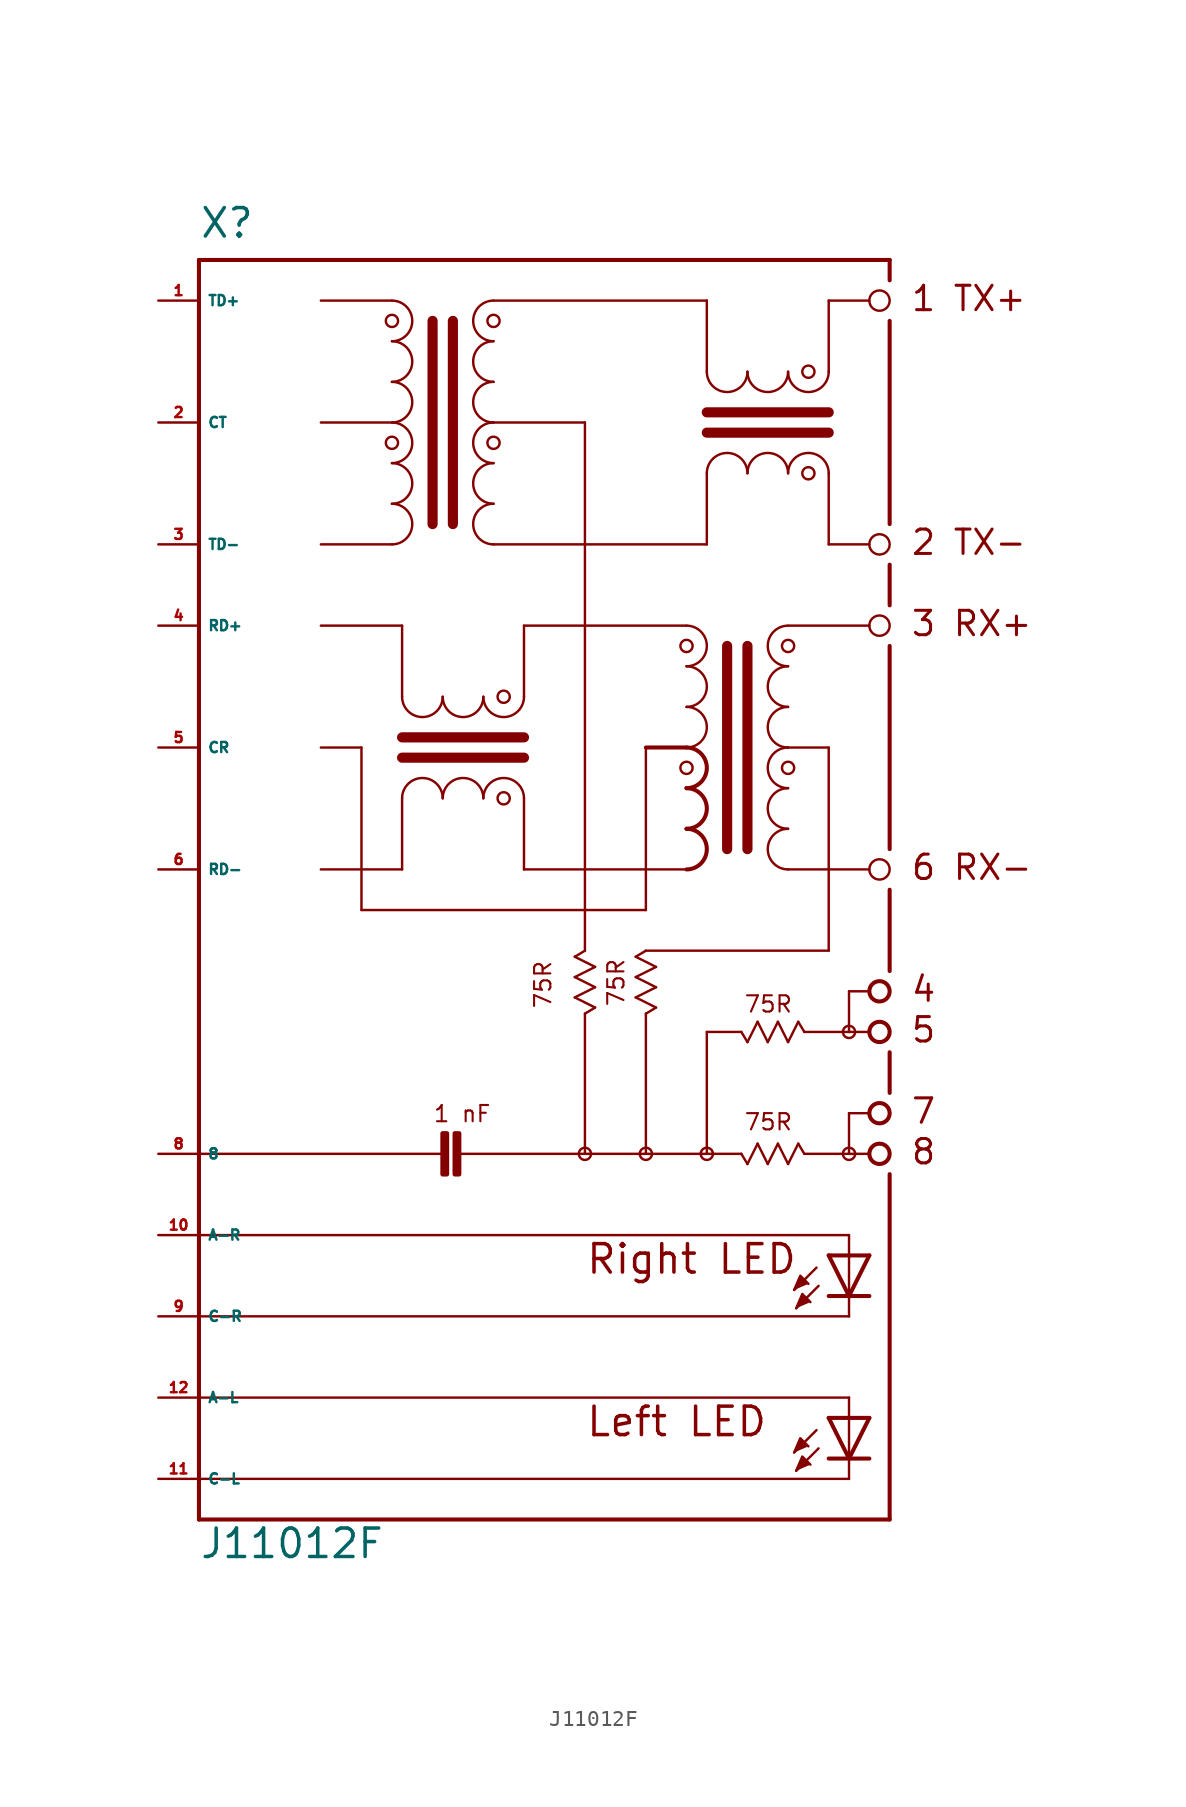
<source format=kicad_sym>
(kicad_symbol_lib
  (version 20220914)
  (generator Eagle2Kicad)
  (symbol "J11012F"
    (property "Reference" "X"
      (at -20.32 21.59 0)
      (effects (font (size 1.778 1.778) (thickness 0.22)) (justify left bottom)))
    (property "Value" "J11012F"
      (at -20.32 -60.96 0)
      (effects (font (size 1.778 1.778) (thickness 0.22)) (justify left bottom)))
    (polyline
      (pts (xy 16.891 -44.069) (xy 17.272 -43.18) (xy 17.78 -43.688))
      (stroke (width 0.152) (type default))
      (fill (type outline)))
    (polyline
      (pts (xy 17.018 -45.212) (xy 17.399 -44.323) (xy 17.907 -44.831))
      (stroke (width 0.152) (type default))
      (fill (type outline)))
    (polyline
      (pts (xy 16.891 -54.229) (xy 17.272 -53.34) (xy 17.78 -53.848))
      (stroke (width 0.152) (type default))
      (fill (type outline)))
    (polyline
      (pts (xy 17.018 -55.372) (xy 17.399 -54.483) (xy 17.907 -54.991))
      (stroke (width 0.152) (type default))
      (fill (type outline)))
    (polyline
      (pts (xy -12.7 2.54) (xy -8.255 2.54))
      (stroke (width 0.152) (type default))
      (fill (type none)))
    (polyline
      (pts (xy -12.7 10.16) (xy -8.255 10.16))
      (stroke (width 0.152) (type default))
      (fill (type none)))
    (polyline
      (pts (xy -12.7 17.78) (xy -8.255 17.78))
      (stroke (width 0.152) (type default))
      (fill (type none)))
    (arc
      (start -8.255 10.16)
      (mid -6.985 11.430)
      (end -8.255 12.7)
      (stroke (width 0.1524) (type default))
      (fill (type none)))
    (arc
      (start -8.255 12.7)
      (mid -6.985 13.970)
      (end -8.255 15.24)
      (stroke (width 0.1524) (type default))
      (fill (type none)))
    (arc
      (start -8.255 15.24)
      (mid -6.985 16.510)
      (end -8.255 17.78)
      (stroke (width 0.1524) (type default))
      (fill (type none)))
    (arc
      (start -8.255 7.62)
      (mid -6.985 8.890)
      (end -8.255 10.16)
      (stroke (width 0.1524) (type default))
      (fill (type none)))
    (arc
      (start -8.255 5.08)
      (mid -6.985 6.350)
      (end -8.255 7.62)
      (stroke (width 0.1524) (type default))
      (fill (type none)))
    (arc
      (start -8.255 2.54)
      (mid -6.985 3.810)
      (end -8.255 5.08)
      (stroke (width 0.1524) (type default))
      (fill (type none)))
    (polyline
      (pts (xy -5.715 16.51) (xy -5.715 3.81))
      (stroke (width 0.635) (type default))
      (fill (type none)))
    (polyline
      (pts (xy -4.445 16.51) (xy -4.445 3.81))
      (stroke (width 0.635) (type default))
      (fill (type none)))
    (arc
      (start -1.905 12.7)
      (mid -3.175 11.430)
      (end -1.905 10.16)
      (stroke (width 0.1524) (type default))
      (fill (type none)))
    (arc
      (start -1.905 15.24)
      (mid -3.175 13.970)
      (end -1.905 12.7)
      (stroke (width 0.1524) (type default))
      (fill (type none)))
    (arc
      (start -1.905 17.78)
      (mid -3.175 16.510)
      (end -1.905 15.24)
      (stroke (width 0.1524) (type default))
      (fill (type none)))
    (arc
      (start -1.905 10.16)
      (mid -3.175 8.890)
      (end -1.905 7.62)
      (stroke (width 0.1524) (type default))
      (fill (type none)))
    (arc
      (start -1.905 7.62)
      (mid -3.175 6.350)
      (end -1.905 5.08)
      (stroke (width 0.1524) (type default))
      (fill (type none)))
    (arc
      (start -1.905 5.08)
      (mid -3.175 3.810)
      (end -1.905 2.54)
      (stroke (width 0.1524) (type default))
      (fill (type none)))
    (arc
      (start 19.05 6.985)
      (mid 17.780 8.255)
      (end 16.51 6.985)
      (stroke (width 0.1524) (type default))
      (fill (type none)))
    (arc
      (start 16.51 6.985)
      (mid 15.240 8.255)
      (end 13.97 6.985)
      (stroke (width 0.1524) (type default))
      (fill (type none)))
    (arc
      (start 13.97 6.985)
      (mid 12.700 8.255)
      (end 11.43 6.985)
      (stroke (width 0.1524) (type default))
      (fill (type none)))
    (arc
      (start 16.51 13.335)
      (mid 17.780 12.065)
      (end 19.05 13.335)
      (stroke (width 0.1524) (type default))
      (fill (type none)))
    (arc
      (start 13.97 13.335)
      (mid 15.240 12.065)
      (end 16.51 13.335)
      (stroke (width 0.1524) (type default))
      (fill (type none)))
    (arc
      (start 11.43 13.335)
      (mid 12.700 12.065)
      (end 13.97 13.335)
      (stroke (width 0.1524) (type default))
      (fill (type none)))
    (polyline
      (pts (xy -1.905 17.78) (xy 11.43 17.78))
      (stroke (width 0.152) (type default))
      (fill (type none)))
    (polyline
      (pts (xy 11.43 17.78) (xy 11.43 13.335))
      (stroke (width 0.152) (type default))
      (fill (type none)))
    (polyline
      (pts (xy 11.43 2.54) (xy -1.905 2.54))
      (stroke (width 0.152) (type default))
      (fill (type none)))
    (polyline
      (pts (xy 11.43 2.54) (xy 11.43 6.985))
      (stroke (width 0.152) (type default))
      (fill (type none)))
    (polyline
      (pts (xy 19.05 13.335) (xy 19.05 17.78))
      (stroke (width 0.152) (type default))
      (fill (type none)))
    (polyline
      (pts (xy 19.05 17.78) (xy 21.59 17.78))
      (stroke (width 0.152) (type default))
      (fill (type none)))
    (polyline
      (pts (xy 19.05 6.985) (xy 19.05 2.54))
      (stroke (width 0.152) (type default))
      (fill (type none)))
    (polyline
      (pts (xy 19.05 2.54) (xy 21.59 2.54))
      (stroke (width 0.152) (type default))
      (fill (type none)))
    (polyline
      (pts (xy 11.43 9.525) (xy 19.05 9.525))
      (stroke (width 0.635) (type default))
      (fill (type none)))
    (polyline
      (pts (xy 11.43 10.795) (xy 19.05 10.795))
      (stroke (width 0.635) (type default))
      (fill (type none)))
    (polyline
      (pts (xy 21.59 -17.78) (xy 16.51 -17.78))
      (stroke (width 0.152) (type default))
      (fill (type none)))
    (polyline
      (pts (xy 19.05 -10.16) (xy 16.51 -10.16))
      (stroke (width 0.152) (type default))
      (fill (type none)))
    (polyline
      (pts (xy 21.59 -2.54) (xy 16.51 -2.54))
      (stroke (width 0.152) (type default))
      (fill (type none)))
    (arc
      (start 16.51 -7.62)
      (mid 15.240 -8.890)
      (end 16.51 -10.16)
      (stroke (width 0.1524) (type default))
      (fill (type none)))
    (arc
      (start 16.51 -5.08)
      (mid 15.240 -6.350)
      (end 16.51 -7.62)
      (stroke (width 0.1524) (type default))
      (fill (type none)))
    (arc
      (start 16.51 -2.54)
      (mid 15.240 -3.810)
      (end 16.51 -5.08)
      (stroke (width 0.1524) (type default))
      (fill (type none)))
    (arc
      (start 16.51 -10.16)
      (mid 15.240 -11.430)
      (end 16.51 -12.7)
      (stroke (width 0.1524) (type default))
      (fill (type none)))
    (arc
      (start 16.51 -12.7)
      (mid 15.240 -13.970)
      (end 16.51 -15.24)
      (stroke (width 0.1524) (type default))
      (fill (type none)))
    (arc
      (start 16.51 -15.24)
      (mid 15.240 -16.510)
      (end 16.51 -17.78)
      (stroke (width 0.1524) (type default))
      (fill (type none)))
    (polyline
      (pts (xy 13.97 -3.81) (xy 13.97 -16.51))
      (stroke (width 0.635) (type default))
      (fill (type none)))
    (polyline
      (pts (xy 12.7 -3.81) (xy 12.7 -16.51))
      (stroke (width 0.635) (type default))
      (fill (type none)))
    (arc
      (start 10.16 -10.16)
      (mid 11.430 -8.890)
      (end 10.16 -7.62)
      (stroke (width 0.1524) (type default))
      (fill (type none)))
    (arc
      (start 10.16 -7.62)
      (mid 11.430 -6.350)
      (end 10.16 -5.08)
      (stroke (width 0.1524) (type default))
      (fill (type none)))
    (arc
      (start 10.16 -5.08)
      (mid 11.430 -3.810)
      (end 10.16 -2.54)
      (stroke (width 0.1524) (type default))
      (fill (type none)))
    (arc
      (start 10.16 -12.7)
      (mid 11.430 -11.430)
      (end 10.16 -10.16)
      (stroke (width 0.254) (type default))
      (fill (type none)))
    (arc
      (start 10.16 -15.24)
      (mid 11.430 -13.970)
      (end 10.16 -12.7)
      (stroke (width 0.254) (type default))
      (fill (type none)))
    (arc
      (start 10.16 -17.78)
      (mid 11.430 -16.510)
      (end 10.16 -15.24)
      (stroke (width 0.254) (type default))
      (fill (type none)))
    (arc
      (start -5.08 -13.335)
      (mid -6.350 -12.065)
      (end -7.62 -13.335)
      (stroke (width 0.1524) (type default))
      (fill (type none)))
    (arc
      (start -2.54 -13.335)
      (mid -3.810 -12.065)
      (end -5.08 -13.335)
      (stroke (width 0.1524) (type default))
      (fill (type none)))
    (arc
      (start 0 -13.335)
      (mid -1.270 -12.065)
      (end -2.54 -13.335)
      (stroke (width 0.1524) (type default))
      (fill (type none)))
    (arc
      (start -7.62 -6.985)
      (mid -6.350 -8.255)
      (end -5.08 -6.985)
      (stroke (width 0.1524) (type default))
      (fill (type none)))
    (arc
      (start -5.08 -6.985)
      (mid -3.810 -8.255)
      (end -2.54 -6.985)
      (stroke (width 0.1524) (type default))
      (fill (type none)))
    (arc
      (start -2.54 -6.985)
      (mid -1.270 -8.255)
      (end 0 -6.985)
      (stroke (width 0.1524) (type default))
      (fill (type none)))
    (polyline
      (pts (xy 10.16 -2.54) (xy 0 -2.54))
      (stroke (width 0.152) (type default))
      (fill (type none)))
    (polyline
      (pts (xy 0 -2.54) (xy 0 -6.985))
      (stroke (width 0.152) (type default))
      (fill (type none)))
    (polyline
      (pts (xy 0 -17.78) (xy 10.16 -17.78))
      (stroke (width 0.152) (type default))
      (fill (type none)))
    (polyline
      (pts (xy 0 -17.78) (xy 0 -13.335))
      (stroke (width 0.152) (type default))
      (fill (type none)))
    (polyline
      (pts (xy -7.62 -6.985) (xy -7.62 -2.54))
      (stroke (width 0.152) (type default))
      (fill (type none)))
    (polyline
      (pts (xy -7.62 -2.54) (xy -12.7 -2.54))
      (stroke (width 0.152) (type default))
      (fill (type none)))
    (polyline
      (pts (xy -7.62 -13.335) (xy -7.62 -17.78))
      (stroke (width 0.152) (type default))
      (fill (type none)))
    (polyline
      (pts (xy -7.62 -17.78) (xy -12.7 -17.78))
      (stroke (width 0.152) (type default))
      (fill (type none)))
    (polyline
      (pts (xy 0 -10.795) (xy -7.62 -10.795))
      (stroke (width 0.635) (type default))
      (fill (type none)))
    (polyline
      (pts (xy 0 -9.525) (xy -7.62 -9.525))
      (stroke (width 0.635) (type default))
      (fill (type none)))
    (polyline
      (pts (xy 21.59 -25.4) (xy 20.32 -25.4))
      (stroke (width 0.152) (type default))
      (fill (type none)))
    (polyline
      (pts (xy 20.32 -25.4) (xy 20.32 -27.94))
      (stroke (width 0.152) (type default))
      (fill (type none)))
    (polyline
      (pts (xy 20.32 -27.94) (xy 21.59 -27.94))
      (stroke (width 0.152) (type default))
      (fill (type none)))
    (polyline
      (pts (xy 21.59 -33.02) (xy 20.32 -33.02))
      (stroke (width 0.152) (type default))
      (fill (type none)))
    (polyline
      (pts (xy 20.32 -33.02) (xy 20.32 -35.56))
      (stroke (width 0.152) (type default))
      (fill (type none)))
    (polyline
      (pts (xy 20.32 -35.56) (xy 21.59 -35.56))
      (stroke (width 0.152) (type default))
      (fill (type none)))
    (polyline
      (pts (xy 20.32 -27.94) (xy 17.526 -27.94))
      (stroke (width 0.152) (type default))
      (fill (type none)))
    (polyline
      (pts (xy 17.526 -35.56) (xy 20.32 -35.56))
      (stroke (width 0.152) (type default))
      (fill (type none)))
    (polyline
      (pts (xy -20.32 20.32) (xy -20.32 -35.56))
      (stroke (width 0.254) (type default))
      (fill (type none)))
    (polyline
      (pts (xy -20.32 -35.56) (xy -20.32 -40.64))
      (stroke (width 0.254) (type default))
      (fill (type none)))
    (polyline
      (pts (xy -20.32 -40.64) (xy -20.32 -45.72))
      (stroke (width 0.254) (type default))
      (fill (type none)))
    (polyline
      (pts (xy -20.32 -45.72) (xy -20.32 -50.8))
      (stroke (width 0.254) (type default))
      (fill (type none)))
    (polyline
      (pts (xy -20.32 -50.8) (xy -20.32 -55.88))
      (stroke (width 0.254) (type default))
      (fill (type none)))
    (polyline
      (pts (xy -20.32 -55.88) (xy -20.32 -58.42))
      (stroke (width 0.254) (type default))
      (fill (type none)))
    (polyline
      (pts (xy -20.32 -58.42) (xy 22.86 -58.42))
      (stroke (width 0.254) (type default))
      (fill (type none)))
    (polyline
      (pts (xy -20.32 20.32) (xy 22.86 20.32))
      (stroke (width 0.254) (type default))
      (fill (type none)))
    (polyline
      (pts (xy 22.86 20.32) (xy 22.86 19.05))
      (stroke (width 0.254) (type default))
      (fill (type none)))
    (polyline
      (pts (xy 22.86 -58.42) (xy 22.86 -36.83))
      (stroke (width 0.254) (type default))
      (fill (type none)))
    (polyline
      (pts (xy 22.86 -31.75) (xy 22.86 -29.21))
      (stroke (width 0.254) (type default))
      (fill (type none)))
    (polyline
      (pts (xy 22.86 -24.13) (xy 22.86 -19.05))
      (stroke (width 0.254) (type default))
      (fill (type none)))
    (polyline
      (pts (xy 22.86 -16.51) (xy 22.86 -3.81))
      (stroke (width 0.254) (type default))
      (fill (type none)))
    (polyline
      (pts (xy 22.86 -1.27) (xy 22.86 1.27))
      (stroke (width 0.254) (type default))
      (fill (type none)))
    (polyline
      (pts (xy 22.86 3.81) (xy 22.86 16.51))
      (stroke (width 0.254) (type default))
      (fill (type none)))
    (polyline
      (pts (xy -1.905 10.16) (xy 3.81 10.16))
      (stroke (width 0.152) (type default))
      (fill (type none)))
    (polyline
      (pts (xy 3.81 10.16) (xy 3.81 -22.86))
      (stroke (width 0.152) (type default))
      (fill (type none)))
    (polyline
      (pts (xy 19.05 -10.16) (xy 19.05 -22.86))
      (stroke (width 0.152) (type default))
      (fill (type none)))
    (polyline
      (pts (xy 19.05 -22.86) (xy 7.62 -22.86))
      (stroke (width 0.152) (type default))
      (fill (type none)))
    (polyline
      (pts (xy 7.62 -22.86) (xy 6.985 -23.241))
      (stroke (width 0.152) (type default))
      (fill (type none)))
    (polyline
      (pts (xy 6.985 -23.241) (xy 8.255 -23.876))
      (stroke (width 0.152) (type default))
      (fill (type none)))
    (polyline
      (pts (xy 8.255 -23.876) (xy 6.985 -24.511))
      (stroke (width 0.152) (type default))
      (fill (type none)))
    (polyline
      (pts (xy 6.985 -24.511) (xy 8.255 -25.146))
      (stroke (width 0.152) (type default))
      (fill (type none)))
    (polyline
      (pts (xy 8.255 -25.146) (xy 6.985 -25.781))
      (stroke (width 0.152) (type default))
      (fill (type none)))
    (polyline
      (pts (xy 6.985 -25.781) (xy 8.255 -26.416))
      (stroke (width 0.152) (type default))
      (fill (type none)))
    (polyline
      (pts (xy 8.255 -26.416) (xy 7.62 -26.797))
      (stroke (width 0.152) (type default))
      (fill (type none)))
    (polyline
      (pts (xy 3.81 -22.86) (xy 3.175 -23.241))
      (stroke (width 0.152) (type default))
      (fill (type none)))
    (polyline
      (pts (xy 3.175 -23.241) (xy 4.445 -23.876))
      (stroke (width 0.152) (type default))
      (fill (type none)))
    (polyline
      (pts (xy 4.445 -23.876) (xy 3.175 -24.511))
      (stroke (width 0.152) (type default))
      (fill (type none)))
    (polyline
      (pts (xy 3.175 -24.511) (xy 4.445 -25.146))
      (stroke (width 0.152) (type default))
      (fill (type none)))
    (polyline
      (pts (xy 4.445 -25.146) (xy 3.175 -25.781))
      (stroke (width 0.152) (type default))
      (fill (type none)))
    (polyline
      (pts (xy 3.175 -25.781) (xy 4.445 -26.416))
      (stroke (width 0.152) (type default))
      (fill (type none)))
    (polyline
      (pts (xy 4.445 -26.416) (xy 3.81 -26.797))
      (stroke (width 0.152) (type default))
      (fill (type none)))
    (polyline
      (pts (xy 13.589 -27.94) (xy 13.97 -28.575))
      (stroke (width 0.152) (type default))
      (fill (type none)))
    (polyline
      (pts (xy 13.97 -28.575) (xy 14.605 -27.305))
      (stroke (width 0.152) (type default))
      (fill (type none)))
    (polyline
      (pts (xy 14.605 -27.305) (xy 15.24 -28.575))
      (stroke (width 0.152) (type default))
      (fill (type none)))
    (polyline
      (pts (xy 15.24 -28.575) (xy 15.875 -27.305))
      (stroke (width 0.152) (type default))
      (fill (type none)))
    (polyline
      (pts (xy 15.875 -27.305) (xy 16.51 -28.575))
      (stroke (width 0.152) (type default))
      (fill (type none)))
    (polyline
      (pts (xy 16.51 -28.575) (xy 17.145 -27.305))
      (stroke (width 0.152) (type default))
      (fill (type none)))
    (polyline
      (pts (xy 17.145 -27.305) (xy 17.526 -27.94))
      (stroke (width 0.152) (type default))
      (fill (type none)))
    (polyline
      (pts (xy 13.589 -35.56) (xy 13.97 -36.195))
      (stroke (width 0.152) (type default))
      (fill (type none)))
    (polyline
      (pts (xy 13.97 -36.195) (xy 14.605 -34.925))
      (stroke (width 0.152) (type default))
      (fill (type none)))
    (polyline
      (pts (xy 14.605 -34.925) (xy 15.24 -36.195))
      (stroke (width 0.152) (type default))
      (fill (type none)))
    (polyline
      (pts (xy 15.24 -36.195) (xy 15.875 -34.925))
      (stroke (width 0.152) (type default))
      (fill (type none)))
    (polyline
      (pts (xy 15.875 -34.925) (xy 16.51 -36.195))
      (stroke (width 0.152) (type default))
      (fill (type none)))
    (polyline
      (pts (xy 16.51 -36.195) (xy 17.145 -34.925))
      (stroke (width 0.152) (type default))
      (fill (type none)))
    (polyline
      (pts (xy 17.145 -34.925) (xy 17.526 -35.56))
      (stroke (width 0.152) (type default))
      (fill (type none)))
    (polyline
      (pts (xy -20.32 -35.56) (xy -5.08 -35.56))
      (stroke (width 0.152) (type default))
      (fill (type none)))
    (polyline
      (pts (xy -4.064 -35.56) (xy 3.81 -35.56))
      (stroke (width 0.152) (type default))
      (fill (type none)))
    (polyline
      (pts (xy 3.81 -35.56) (xy 7.62 -35.56))
      (stroke (width 0.152) (type default))
      (fill (type none)))
    (polyline
      (pts (xy 7.62 -35.56) (xy 11.43 -35.56))
      (stroke (width 0.152) (type default))
      (fill (type none)))
    (polyline
      (pts (xy 11.43 -35.56) (xy 13.589 -35.56))
      (stroke (width 0.152) (type default))
      (fill (type none)))
    (polyline
      (pts (xy 13.589 -27.94) (xy 11.43 -27.94))
      (stroke (width 0.152) (type default))
      (fill (type none)))
    (polyline
      (pts (xy 11.43 -27.94) (xy 11.43 -35.56))
      (stroke (width 0.152) (type default))
      (fill (type none)))
    (polyline
      (pts (xy 3.81 -26.797) (xy 3.81 -35.56))
      (stroke (width 0.152) (type default))
      (fill (type none)))
    (polyline
      (pts (xy 7.62 -26.797) (xy 7.62 -35.56))
      (stroke (width 0.152) (type default))
      (fill (type none)))
    (polyline
      (pts (xy -12.7 -10.16) (xy -10.16 -10.16))
      (stroke (width 0.152) (type default))
      (fill (type none)))
    (polyline
      (pts (xy -10.16 -10.16) (xy -10.16 -20.32))
      (stroke (width 0.152) (type default))
      (fill (type none)))
    (polyline
      (pts (xy -10.16 -20.32) (xy 7.62 -20.32))
      (stroke (width 0.152) (type default))
      (fill (type none)))
    (polyline
      (pts (xy 7.62 -20.32) (xy 7.62 -10.16))
      (stroke (width 0.152) (type default))
      (fill (type none)))
    (polyline
      (pts (xy 7.62 -10.16) (xy 10.16 -10.16))
      (stroke (width 0.254) (type default))
      (fill (type none)))
    (polyline
      (pts (xy -20.32 -55.88) (xy 20.32 -55.88))
      (stroke (width 0.152) (type default))
      (fill (type none)))
    (polyline
      (pts (xy 21.59 -41.91) (xy 20.32 -44.45))
      (stroke (width 0.254) (type default))
      (fill (type none)))
    (polyline
      (pts (xy 20.32 -44.45) (xy 19.05 -41.91))
      (stroke (width 0.254) (type default))
      (fill (type none)))
    (polyline
      (pts (xy 21.59 -44.45) (xy 20.32 -44.45))
      (stroke (width 0.254) (type default))
      (fill (type none)))
    (polyline
      (pts (xy 20.32 -44.45) (xy 19.05 -44.45))
      (stroke (width 0.254) (type default))
      (fill (type none)))
    (polyline
      (pts (xy 21.59 -41.91) (xy 20.32 -41.91))
      (stroke (width 0.254) (type default))
      (fill (type none)))
    (polyline
      (pts (xy 20.32 -41.91) (xy 19.05 -41.91))
      (stroke (width 0.254) (type default))
      (fill (type none)))
    (polyline
      (pts (xy 20.32 -41.91) (xy 20.32 -44.45))
      (stroke (width 0.152) (type default))
      (fill (type none)))
    (polyline
      (pts (xy 18.288 -42.672) (xy 16.891 -44.069))
      (stroke (width 0.152) (type default))
      (fill (type none)))
    (polyline
      (pts (xy 18.415 -43.815) (xy 17.018 -45.212))
      (stroke (width 0.152) (type default))
      (fill (type none)))
    (polyline
      (pts (xy 20.32 -45.72) (xy 20.32 -44.45))
      (stroke (width 0.152) (type default))
      (fill (type none)))
    (polyline
      (pts (xy -20.32 -40.64) (xy 20.32 -40.64))
      (stroke (width 0.152) (type default))
      (fill (type none)))
    (polyline
      (pts (xy 20.32 -40.64) (xy 20.32 -41.91))
      (stroke (width 0.152) (type default))
      (fill (type none)))
    (polyline
      (pts (xy -20.32 -45.72) (xy 20.32 -45.72))
      (stroke (width 0.152) (type default))
      (fill (type none)))
    (polyline
      (pts (xy 21.59 -52.07) (xy 20.32 -54.61))
      (stroke (width 0.254) (type default))
      (fill (type none)))
    (polyline
      (pts (xy 20.32 -54.61) (xy 19.05 -52.07))
      (stroke (width 0.254) (type default))
      (fill (type none)))
    (polyline
      (pts (xy 21.59 -54.61) (xy 20.32 -54.61))
      (stroke (width 0.254) (type default))
      (fill (type none)))
    (polyline
      (pts (xy 20.32 -54.61) (xy 19.05 -54.61))
      (stroke (width 0.254) (type default))
      (fill (type none)))
    (polyline
      (pts (xy 21.59 -52.07) (xy 20.32 -52.07))
      (stroke (width 0.254) (type default))
      (fill (type none)))
    (polyline
      (pts (xy 20.32 -52.07) (xy 19.05 -52.07))
      (stroke (width 0.254) (type default))
      (fill (type none)))
    (polyline
      (pts (xy 20.32 -52.07) (xy 20.32 -54.61))
      (stroke (width 0.152) (type default))
      (fill (type none)))
    (polyline
      (pts (xy 18.288 -52.832) (xy 16.891 -54.229))
      (stroke (width 0.152) (type default))
      (fill (type none)))
    (polyline
      (pts (xy 18.415 -53.975) (xy 17.018 -55.372))
      (stroke (width 0.152) (type default))
      (fill (type none)))
    (polyline
      (pts (xy 20.32 -55.88) (xy 20.32 -54.61))
      (stroke (width 0.152) (type default))
      (fill (type none)))
    (polyline
      (pts (xy -20.32 -50.8) (xy 20.32 -50.8))
      (stroke (width 0.152) (type default))
      (fill (type none)))
    (polyline
      (pts (xy 20.32 -50.8) (xy 20.32 -52.07))
      (stroke (width 0.152) (type default))
      (fill (type none)))
    (text "Right LED"
      (at 3.81 -43.18 0)
      (effects (font (size 1.778 1.778) (thickness 0.22)) (justify left bottom)))
    (text "Left LED"
      (at 3.81 -53.34 0)
      (effects (font (size 1.778 1.778) (thickness 0.22)) (justify left bottom)))
    (text "1 TX+"
      (at 24.13 17.018 0)
      (effects (font (size 1.524 1.524) (thickness 0.19)) (justify left bottom)))
    (text "2 TX-"
      (at 24.13 1.778 0)
      (effects (font (size 1.524 1.524) (thickness 0.19)) (justify left bottom)))
    (text "3 RX+"
      (at 24.13 -3.302 0)
      (effects (font (size 1.524 1.524) (thickness 0.19)) (justify left bottom)))
    (text "6 RX-"
      (at 24.13 -18.542 0)
      (effects (font (size 1.524 1.524) (thickness 0.19)) (justify left bottom)))
    (text "4"
      (at 24.13 -26.162 0)
      (effects (font (size 1.524 1.524) (thickness 0.19)) (justify left bottom)))
    (text "5"
      (at 24.13 -28.702 0)
      (effects (font (size 1.524 1.524) (thickness 0.19)) (justify left bottom)))
    (text "7"
      (at 24.13 -33.782 0)
      (effects (font (size 1.524 1.524) (thickness 0.19)) (justify left bottom)))
    (text "8"
      (at 24.13 -36.322 0)
      (effects (font (size 1.524 1.524) (thickness 0.19)) (justify left bottom)))
    (text "75R"
      (at 6.35 -26.416 900)
      (effects (font (size 1.016 1.016) (thickness 0.13)) (justify left bottom)))
    (text "75R"
      (at 1.778 -26.543 900)
      (effects (font (size 1.016 1.016) (thickness 0.13)) (justify left bottom mirror)))
    (text "75R"
      (at 13.716 -26.797 0)
      (effects (font (size 1.016 1.016) (thickness 0.13)) (justify left bottom)))
    (text "75R"
      (at 13.716 -34.163 0)
      (effects (font (size 1.016 1.016) (thickness 0.13)) (justify left bottom)))
    (text "1 nF"
      (at -5.715 -33.655 0)
      (effects (font (size 1.016 1.016) (thickness 0.13)) (justify left bottom)))
    (circle
      (center -8.255 16.51)
      (radius 0.381)
      (stroke (width 0) (type default))
      (fill (type none)))
    (circle
      (center -8.255 8.89)
      (radius 0.381)
      (stroke (width 0) (type default))
      (fill (type none)))
    (circle
      (center -1.905 16.51)
      (radius 0.381)
      (stroke (width 0) (type default))
      (fill (type none)))
    (circle
      (center -1.905 8.89)
      (radius 0.381)
      (stroke (width 0) (type default))
      (fill (type none)))
    (circle
      (center 17.78 6.985)
      (radius 0.381)
      (stroke (width 0) (type default))
      (fill (type none)))
    (circle
      (center 17.78 13.335)
      (radius 0.381)
      (stroke (width 0) (type default))
      (fill (type none)))
    (circle
      (center 16.51 -3.81)
      (radius 0.381)
      (stroke (width 0) (type default))
      (fill (type none)))
    (circle
      (center 16.51 -11.43)
      (radius 0.381)
      (stroke (width 0) (type default))
      (fill (type none)))
    (circle
      (center 10.16 -3.81)
      (radius 0.381)
      (stroke (width 0) (type default))
      (fill (type none)))
    (circle
      (center 10.16 -11.43)
      (radius 0.381)
      (stroke (width 0) (type default))
      (fill (type none)))
    (circle
      (center -1.27 -13.335)
      (radius 0.381)
      (stroke (width 0) (type default))
      (fill (type none)))
    (circle
      (center -1.27 -6.985)
      (radius 0.381)
      (stroke (width 0) (type default))
      (fill (type none)))
    (circle
      (center 22.225 17.78)
      (radius 0.635)
      (stroke (width 0.152) (type default))
      (fill (type none)))
    (circle
      (center 22.225 2.54)
      (radius 0.635)
      (stroke (width 0.152) (type default))
      (fill (type none)))
    (circle
      (center 22.225 -2.54)
      (radius 0.635)
      (stroke (width 0.152) (type default))
      (fill (type none)))
    (circle
      (center 22.225 -17.78)
      (radius 0.635)
      (stroke (width 0.152) (type default))
      (fill (type none)))
    (circle
      (center 22.225 -25.4)
      (radius 0.635)
      (stroke (width 0.254) (type default))
      (fill (type none)))
    (circle
      (center 22.225 -27.94)
      (radius 0.635)
      (stroke (width 0.254) (type default))
      (fill (type none)))
    (circle
      (center 22.225 -33.02)
      (radius 0.635)
      (stroke (width 0.254) (type default))
      (fill (type none)))
    (circle
      (center 22.225 -35.56)
      (radius 0.635)
      (stroke (width 0.254) (type default))
      (fill (type none)))
    (circle
      (center 7.62 -35.56)
      (radius 0.381)
      (stroke (width 0) (type default))
      (fill (type none)))
    (circle
      (center 3.81 -35.56)
      (radius 0.381)
      (stroke (width 0) (type default))
      (fill (type none)))
    (circle
      (center 11.43 -35.56)
      (radius 0.381)
      (stroke (width 0) (type default))
      (fill (type none)))
    (circle
      (center 20.32 -35.56)
      (radius 0.381)
      (stroke (width 0) (type default))
      (fill (type none)))
    (circle
      (center 20.32 -27.94)
      (radius 0.381)
      (stroke (width 0) (type default))
      (fill (type none)))
    (rectangle
      (start -5.08 -36.83)
      (end -4.826 -34.29)
      (stroke (width 0.3) (type default))
      (fill (type outline)))
    (rectangle
      (start -4.318 -36.83)
      (end -4.064 -34.29)
      (stroke (width 0.3) (type default))
      (fill (type outline)))
    (pin passive line
      (at -22.86 -45.72 0)
      (length 2.54)
      (name "C-R" (effects (font (size 0.635 0.635) (thickness 0.08)) (justify left bottom)))
      (number "9" (effects (font (size 0.635 0.635) (thickness 0.08)) (justify left bottom))))
    (pin passive line
      (at -22.86 -40.64 0)
      (length 2.54)
      (name "A-R" (effects (font (size 0.635 0.635) (thickness 0.08)) (justify left bottom)))
      (number "10" (effects (font (size 0.635 0.635) (thickness 0.08)) (justify left bottom))))
    (pin passive line
      (at -22.86 -55.88 0)
      (length 2.54)
      (name "C-L" (effects (font (size 0.635 0.635) (thickness 0.08)) (justify left bottom)))
      (number "11" (effects (font (size 0.635 0.635) (thickness 0.08)) (justify left bottom))))
    (pin passive line
      (at -22.86 -50.8 0)
      (length 2.54)
      (name "A-L" (effects (font (size 0.635 0.635) (thickness 0.08)) (justify left bottom)))
      (number "12" (effects (font (size 0.635 0.635) (thickness 0.08)) (justify left bottom))))
    (pin input line
      (at -22.86 17.78 0)
      (length 2.54)
      (name "TD+" (effects (font (size 0.635 0.635) (thickness 0.08)) (justify left bottom)))
      (number "1" (effects (font (size 0.635 0.635) (thickness 0.08)) (justify left bottom))))
    (pin input line
      (at -22.86 10.16 0)
      (length 2.54)
      (name "CT" (effects (font (size 0.635 0.635) (thickness 0.08)) (justify left bottom)))
      (number "2" (effects (font (size 0.635 0.635) (thickness 0.08)) (justify left bottom))))
    (pin input line
      (at -22.86 2.54 0)
      (length 2.54)
      (name "TD-" (effects (font (size 0.635 0.635) (thickness 0.08)) (justify left bottom)))
      (number "3" (effects (font (size 0.635 0.635) (thickness 0.08)) (justify left bottom))))
    (pin input line
      (at -22.86 -2.54 0)
      (length 2.54)
      (name "RD+" (effects (font (size 0.635 0.635) (thickness 0.08)) (justify left bottom)))
      (number "4" (effects (font (size 0.635 0.635) (thickness 0.08)) (justify left bottom))))
    (pin input line
      (at -22.86 -10.16 0)
      (length 2.54)
      (name "CR" (effects (font (size 0.635 0.635) (thickness 0.08)) (justify left bottom)))
      (number "5" (effects (font (size 0.635 0.635) (thickness 0.08)) (justify left bottom))))
    (pin input line
      (at -22.86 -17.78 0)
      (length 2.54)
      (name "RD-" (effects (font (size 0.635 0.635) (thickness 0.08)) (justify left bottom)))
      (number "6" (effects (font (size 0.635 0.635) (thickness 0.08)) (justify left bottom))))
    (pin input line
      (at -22.86 -35.56 0)
      (length 2.54)
      (name "8" (effects (font (size 0.635 0.635) (thickness 0.08)) (justify left bottom)))
      (number "8" (effects (font (size 0.635 0.635) (thickness 0.08)) (justify left bottom))))))
</source>
